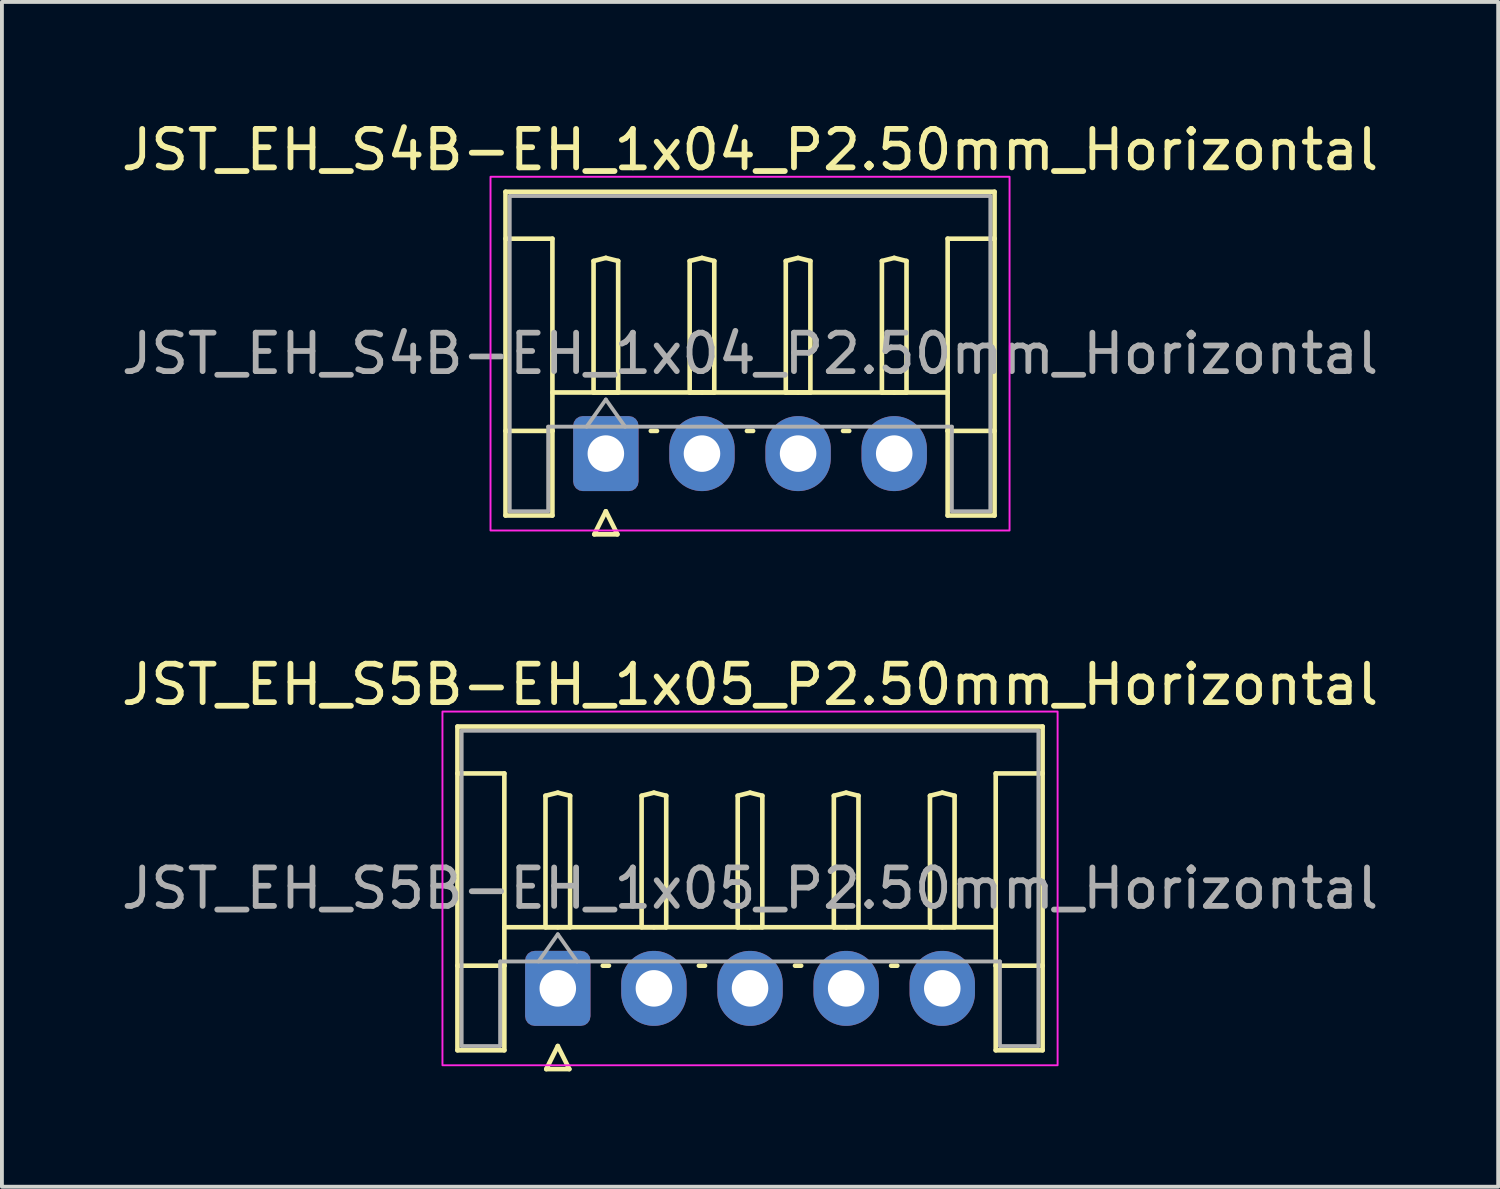
<source format=kicad_pcb>
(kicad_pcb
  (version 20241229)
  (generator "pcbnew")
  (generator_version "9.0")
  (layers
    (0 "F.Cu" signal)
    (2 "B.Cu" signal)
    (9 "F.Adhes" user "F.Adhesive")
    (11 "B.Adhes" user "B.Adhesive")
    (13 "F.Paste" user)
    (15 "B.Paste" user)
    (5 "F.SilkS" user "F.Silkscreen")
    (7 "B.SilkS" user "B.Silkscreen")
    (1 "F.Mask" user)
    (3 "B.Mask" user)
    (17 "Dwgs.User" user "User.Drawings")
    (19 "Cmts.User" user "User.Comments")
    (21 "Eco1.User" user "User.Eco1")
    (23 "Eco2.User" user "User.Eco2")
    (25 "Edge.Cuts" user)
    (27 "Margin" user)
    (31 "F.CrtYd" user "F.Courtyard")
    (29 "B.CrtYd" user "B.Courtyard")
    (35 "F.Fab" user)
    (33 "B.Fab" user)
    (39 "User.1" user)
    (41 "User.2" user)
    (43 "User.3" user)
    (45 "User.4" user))
  (footprint "JST_EH_S5B-EH_1x05_P2.50mm_Horizontal"
    (layer "F.Cu")
    (at 11.458 22.657)
    (property "Reference" "JST_EH_S5B-EH_1x05_P2.50mm_Horizontal" (at 5 -7.9 0) (layer "F.SilkS") (effects (font (size 1 1) (thickness 0.15))))
    (attr through_hole)
    (fp_line (start -2.61 -6.81) (end 12.61 -6.81) (stroke (width 0.12) (type solid)) (layer "F.SilkS"))
    (fp_line (start -2.61 -5.59) (end -1.39 -5.59) (stroke (width 0.12) (type solid)) (layer "F.SilkS"))
    (fp_line (start -2.61 1.61) (end -2.61 -6.81) (stroke (width 0.12) (type solid)) (layer "F.SilkS"))
    (fp_line (start -1.39 -5.59) (end -1.39 -0.59) (stroke (width 0.12) (type solid)) (layer "F.SilkS"))
    (fp_line (start -1.39 -1.59) (end 11.39 -1.59) (stroke (width 0.12) (type solid)) (layer "F.SilkS"))
    (fp_line (start -1.39 -0.59) (end -2.61 -0.59) (stroke (width 0.12) (type solid)) (layer "F.SilkS"))
    (fp_line (start -1.39 -0.59) (end -1.39 1.61) (stroke (width 0.12) (type solid)) (layer "F.SilkS"))
    (fp_line (start -1.39 1.61) (end -2.61 1.61) (stroke (width 0.12) (type solid)) (layer "F.SilkS"))
    (fp_line (start -0.32 -5.01) (end 0 -5.09) (stroke (width 0.12) (type solid)) (layer "F.SilkS"))
    (fp_line (start -0.32 -1.59) (end -0.32 -5.01) (stroke (width 0.12) (type solid)) (layer "F.SilkS"))
    (fp_line (start -0.3 2.1) (end 0.3 2.1) (stroke (width 0.12) (type solid)) (layer "F.SilkS"))
    (fp_line (start 0 -5.09) (end 0.32 -5.01) (stroke (width 0.12) (type solid)) (layer "F.SilkS"))
    (fp_line (start 0 -1.59) (end -0.32 -1.59) (stroke (width 0.12) (type solid)) (layer "F.SilkS"))
    (fp_line (start 0 1.5) (end -0.3 2.1) (stroke (width 0.12) (type solid)) (layer "F.SilkS"))
    (fp_line (start 0.3 2.1) (end 0 1.5) (stroke (width 0.12) (type solid)) (layer "F.SilkS"))
    (fp_line (start 0.32 -5.01) (end 0.32 -1.59) (stroke (width 0.12) (type solid)) (layer "F.SilkS"))
    (fp_line (start 0.32 -1.59) (end 0 -1.59) (stroke (width 0.12) (type solid)) (layer "F.SilkS"))
    (fp_line (start 1.17 -0.59) (end 1.33 -0.59) (stroke (width 0.12) (type solid)) (layer "F.SilkS"))
    (fp_line (start 2.18 -5.01) (end 2.5 -5.09) (stroke (width 0.12) (type solid)) (layer "F.SilkS"))
    (fp_line (start 2.18 -1.59) (end 2.18 -5.01) (stroke (width 0.12) (type solid)) (layer "F.SilkS"))
    (fp_line (start 2.5 -5.09) (end 2.82 -5.01) (stroke (width 0.12) (type solid)) (layer "F.SilkS"))
    (fp_line (start 2.5 -1.59) (end 2.18 -1.59) (stroke (width 0.12) (type solid)) (layer "F.SilkS"))
    (fp_line (start 2.82 -5.01) (end 2.82 -1.59) (stroke (width 0.12) (type solid)) (layer "F.SilkS"))
    (fp_line (start 2.82 -1.59) (end 2.5 -1.59) (stroke (width 0.12) (type solid)) (layer "F.SilkS"))
    (fp_line (start 3.67 -0.59) (end 3.83 -0.59) (stroke (width 0.12) (type solid)) (layer "F.SilkS"))
    (fp_line (start 4.68 -5.01) (end 5 -5.09) (stroke (width 0.12) (type solid)) (layer "F.SilkS"))
    (fp_line (start 4.68 -1.59) (end 4.68 -5.01) (stroke (width 0.12) (type solid)) (layer "F.SilkS"))
    (fp_line (start 5 -5.09) (end 5.32 -5.01) (stroke (width 0.12) (type solid)) (layer "F.SilkS"))
    (fp_line (start 5 -1.59) (end 4.68 -1.59) (stroke (width 0.12) (type solid)) (layer "F.SilkS"))
    (fp_line (start 5.32 -5.01) (end 5.32 -1.59) (stroke (width 0.12) (type solid)) (layer "F.SilkS"))
    (fp_line (start 5.32 -1.59) (end 5 -1.59) (stroke (width 0.12) (type solid)) (layer "F.SilkS"))
    (fp_line (start 6.17 -0.59) (end 6.33 -0.59) (stroke (width 0.12) (type solid)) (layer "F.SilkS"))
    (fp_line (start 7.18 -5.01) (end 7.5 -5.09) (stroke (width 0.12) (type solid)) (layer "F.SilkS"))
    (fp_line (start 7.18 -1.59) (end 7.18 -5.01) (stroke (width 0.12) (type solid)) (layer "F.SilkS"))
    (fp_line (start 7.5 -5.09) (end 7.82 -5.01) (stroke (width 0.12) (type solid)) (layer "F.SilkS"))
    (fp_line (start 7.5 -1.59) (end 7.18 -1.59) (stroke (width 0.12) (type solid)) (layer "F.SilkS"))
    (fp_line (start 7.82 -5.01) (end 7.82 -1.59) (stroke (width 0.12) (type solid)) (layer "F.SilkS"))
    (fp_line (start 7.82 -1.59) (end 7.5 -1.59) (stroke (width 0.12) (type solid)) (layer "F.SilkS"))
    (fp_line (start 8.67 -0.59) (end 8.83 -0.59) (stroke (width 0.12) (type solid)) (layer "F.SilkS"))
    (fp_line (start 9.68 -5.01) (end 10 -5.09) (stroke (width 0.12) (type solid)) (layer "F.SilkS"))
    (fp_line (start 9.68 -1.59) (end 9.68 -5.01) (stroke (width 0.12) (type solid)) (layer "F.SilkS"))
    (fp_line (start 10 -5.09) (end 10.32 -5.01) (stroke (width 0.12) (type solid)) (layer "F.SilkS"))
    (fp_line (start 10 -1.59) (end 9.68 -1.59) (stroke (width 0.12) (type solid)) (layer "F.SilkS"))
    (fp_line (start 10.32 -5.01) (end 10.32 -1.59) (stroke (width 0.12) (type solid)) (layer "F.SilkS"))
    (fp_line (start 10.32 -1.59) (end 10 -1.59) (stroke (width 0.12) (type solid)) (layer "F.SilkS"))
    (fp_line (start 11.39 -5.59) (end 11.39 -0.59) (stroke (width 0.12) (type solid)) (layer "F.SilkS"))
    (fp_line (start 11.39 -0.59) (end 12.61 -0.59) (stroke (width 0.12) (type solid)) (layer "F.SilkS"))
    (fp_line (start 11.39 1.61) (end 11.39 -0.59) (stroke (width 0.12) (type solid)) (layer "F.SilkS"))
    (fp_line (start 12.61 -6.81) (end 12.61 1.61) (stroke (width 0.12) (type solid)) (layer "F.SilkS"))
    (fp_line (start 12.61 -5.59) (end 11.39 -5.59) (stroke (width 0.12) (type solid)) (layer "F.SilkS"))
    (fp_line (start 12.61 1.61) (end 11.39 1.61) (stroke (width 0.12) (type solid)) (layer "F.SilkS"))
    (fp_rect (start -3 -7.2) (end 13 2) (stroke (width 0.05) (type solid)) (fill no) (layer "F.CrtYd"))
    (fp_line (start -2.5 -6.7) (end 12.5 -6.7) (stroke (width 0.1) (type solid)) (layer "F.Fab"))
    (fp_line (start -2.5 1.5) (end -2.5 -6.7) (stroke (width 0.1) (type solid)) (layer "F.Fab"))
    (fp_line (start -1.5 -0.7) (end -1.5 1.5) (stroke (width 0.1) (type solid)) (layer "F.Fab"))
    (fp_line (start -1.5 1.5) (end -2.5 1.5) (stroke (width 0.1) (type solid)) (layer "F.Fab"))
    (fp_line (start -0.5 -0.7) (end 0 -1.407) (stroke (width 0.1) (type solid)) (layer "F.Fab"))
    (fp_line (start 0 -1.407) (end 0.5 -0.7) (stroke (width 0.1) (type solid)) (layer "F.Fab"))
    (fp_line (start 11.5 -0.7) (end -1.5 -0.7) (stroke (width 0.1) (type solid)) (layer "F.Fab"))
    (fp_line (start 11.5 1.5) (end 11.5 -0.7) (stroke (width 0.1) (type solid)) (layer "F.Fab"))
    (fp_line (start 12.5 -6.7) (end 12.5 1.5) (stroke (width 0.1) (type solid)) (layer "F.Fab"))
    (fp_line (start 12.5 1.5) (end 11.5 1.5) (stroke (width 0.1) (type solid)) (layer "F.Fab"))
    (fp_text user "${REFERENCE}" (at 5 -2.6 0) (layer "F.Fab") (effects (font (size 1 1) (thickness 0.15))))
    (pad "1" thru_hole roundrect (at 0 0) (size 1.7 1.95) (drill 0.95) (layers "*.Cu" "*.Mask") (roundrect_rratio 0.147))
    (pad "2" thru_hole oval (at 2.5 0) (size 1.7 1.95) (drill 0.95) (layers "*.Cu" "*.Mask"))
    (pad "3" thru_hole oval (at 5 0) (size 1.7 1.95) (drill 0.95) (layers "*.Cu" "*.Mask"))
    (pad "4" thru_hole oval (at 7.5 0) (size 1.7 1.95) (drill 0.95) (layers "*.Cu" "*.Mask"))
    (pad "5" thru_hole oval (at 10 0) (size 1.7 1.95) (drill 0.95) (layers "*.Cu" "*.Mask")))
  (footprint "JST_EH_S4B-EH_1x04_P2.50mm_Horizontal"
    (layer "F.Cu")
    (at 12.708 8.748)
    (property "Reference" "JST_EH_S4B-EH_1x04_P2.50mm_Horizontal" (at 3.75 -7.9 0) (layer "F.SilkS") (effects (font (size 1 1) (thickness 0.15))))
    (attr through_hole)
    (fp_line (start -2.61 -6.81) (end 10.11 -6.81) (stroke (width 0.12) (type solid)) (layer "F.SilkS"))
    (fp_line (start -2.61 -5.59) (end -1.39 -5.59) (stroke (width 0.12) (type solid)) (layer "F.SilkS"))
    (fp_line (start -2.61 1.61) (end -2.61 -6.81) (stroke (width 0.12) (type solid)) (layer "F.SilkS"))
    (fp_line (start -1.39 -5.59) (end -1.39 -0.59) (stroke (width 0.12) (type solid)) (layer "F.SilkS"))
    (fp_line (start -1.39 -1.59) (end 8.89 -1.59) (stroke (width 0.12) (type solid)) (layer "F.SilkS"))
    (fp_line (start -1.39 -0.59) (end -2.61 -0.59) (stroke (width 0.12) (type solid)) (layer "F.SilkS"))
    (fp_line (start -1.39 -0.59) (end -1.39 1.61) (stroke (width 0.12) (type solid)) (layer "F.SilkS"))
    (fp_line (start -1.39 1.61) (end -2.61 1.61) (stroke (width 0.12) (type solid)) (layer "F.SilkS"))
    (fp_line (start -0.32 -5.01) (end 0 -5.09) (stroke (width 0.12) (type solid)) (layer "F.SilkS"))
    (fp_line (start -0.32 -1.59) (end -0.32 -5.01) (stroke (width 0.12) (type solid)) (layer "F.SilkS"))
    (fp_line (start -0.3 2.1) (end 0.3 2.1) (stroke (width 0.12) (type solid)) (layer "F.SilkS"))
    (fp_line (start 0 -5.09) (end 0.32 -5.01) (stroke (width 0.12) (type solid)) (layer "F.SilkS"))
    (fp_line (start 0 -1.59) (end -0.32 -1.59) (stroke (width 0.12) (type solid)) (layer "F.SilkS"))
    (fp_line (start 0 1.5) (end -0.3 2.1) (stroke (width 0.12) (type solid)) (layer "F.SilkS"))
    (fp_line (start 0.3 2.1) (end 0 1.5) (stroke (width 0.12) (type solid)) (layer "F.SilkS"))
    (fp_line (start 0.32 -5.01) (end 0.32 -1.59) (stroke (width 0.12) (type solid)) (layer "F.SilkS"))
    (fp_line (start 0.32 -1.59) (end 0 -1.59) (stroke (width 0.12) (type solid)) (layer "F.SilkS"))
    (fp_line (start 1.17 -0.59) (end 1.33 -0.59) (stroke (width 0.12) (type solid)) (layer "F.SilkS"))
    (fp_line (start 2.18 -5.01) (end 2.5 -5.09) (stroke (width 0.12) (type solid)) (layer "F.SilkS"))
    (fp_line (start 2.18 -1.59) (end 2.18 -5.01) (stroke (width 0.12) (type solid)) (layer "F.SilkS"))
    (fp_line (start 2.5 -5.09) (end 2.82 -5.01) (stroke (width 0.12) (type solid)) (layer "F.SilkS"))
    (fp_line (start 2.5 -1.59) (end 2.18 -1.59) (stroke (width 0.12) (type solid)) (layer "F.SilkS"))
    (fp_line (start 2.82 -5.01) (end 2.82 -1.59) (stroke (width 0.12) (type solid)) (layer "F.SilkS"))
    (fp_line (start 2.82 -1.59) (end 2.5 -1.59) (stroke (width 0.12) (type solid)) (layer "F.SilkS"))
    (fp_line (start 3.67 -0.59) (end 3.83 -0.59) (stroke (width 0.12) (type solid)) (layer "F.SilkS"))
    (fp_line (start 4.68 -5.01) (end 5 -5.09) (stroke (width 0.12) (type solid)) (layer "F.SilkS"))
    (fp_line (start 4.68 -1.59) (end 4.68 -5.01) (stroke (width 0.12) (type solid)) (layer "F.SilkS"))
    (fp_line (start 5 -5.09) (end 5.32 -5.01) (stroke (width 0.12) (type solid)) (layer "F.SilkS"))
    (fp_line (start 5 -1.59) (end 4.68 -1.59) (stroke (width 0.12) (type solid)) (layer "F.SilkS"))
    (fp_line (start 5.32 -5.01) (end 5.32 -1.59) (stroke (width 0.12) (type solid)) (layer "F.SilkS"))
    (fp_line (start 5.32 -1.59) (end 5 -1.59) (stroke (width 0.12) (type solid)) (layer "F.SilkS"))
    (fp_line (start 6.17 -0.59) (end 6.33 -0.59) (stroke (width 0.12) (type solid)) (layer "F.SilkS"))
    (fp_line (start 7.18 -5.01) (end 7.5 -5.09) (stroke (width 0.12) (type solid)) (layer "F.SilkS"))
    (fp_line (start 7.18 -1.59) (end 7.18 -5.01) (stroke (width 0.12) (type solid)) (layer "F.SilkS"))
    (fp_line (start 7.5 -5.09) (end 7.82 -5.01) (stroke (width 0.12) (type solid)) (layer "F.SilkS"))
    (fp_line (start 7.5 -1.59) (end 7.18 -1.59) (stroke (width 0.12) (type solid)) (layer "F.SilkS"))
    (fp_line (start 7.82 -5.01) (end 7.82 -1.59) (stroke (width 0.12) (type solid)) (layer "F.SilkS"))
    (fp_line (start 7.82 -1.59) (end 7.5 -1.59) (stroke (width 0.12) (type solid)) (layer "F.SilkS"))
    (fp_line (start 8.89 -5.59) (end 8.89 -0.59) (stroke (width 0.12) (type solid)) (layer "F.SilkS"))
    (fp_line (start 8.89 -0.59) (end 10.11 -0.59) (stroke (width 0.12) (type solid)) (layer "F.SilkS"))
    (fp_line (start 8.89 1.61) (end 8.89 -0.59) (stroke (width 0.12) (type solid)) (layer "F.SilkS"))
    (fp_line (start 10.11 -6.81) (end 10.11 1.61) (stroke (width 0.12) (type solid)) (layer "F.SilkS"))
    (fp_line (start 10.11 -5.59) (end 8.89 -5.59) (stroke (width 0.12) (type solid)) (layer "F.SilkS"))
    (fp_line (start 10.11 1.61) (end 8.89 1.61) (stroke (width 0.12) (type solid)) (layer "F.SilkS"))
    (fp_rect (start -3 -7.2) (end 10.5 2) (stroke (width 0.05) (type solid)) (fill no) (layer "F.CrtYd"))
    (fp_line (start -2.5 -6.7) (end 10 -6.7) (stroke (width 0.1) (type solid)) (layer "F.Fab"))
    (fp_line (start -2.5 1.5) (end -2.5 -6.7) (stroke (width 0.1) (type solid)) (layer "F.Fab"))
    (fp_line (start -1.5 -0.7) (end -1.5 1.5) (stroke (width 0.1) (type solid)) (layer "F.Fab"))
    (fp_line (start -1.5 1.5) (end -2.5 1.5) (stroke (width 0.1) (type solid)) (layer "F.Fab"))
    (fp_line (start -0.5 -0.7) (end 0 -1.407) (stroke (width 0.1) (type solid)) (layer "F.Fab"))
    (fp_line (start 0 -1.407) (end 0.5 -0.7) (stroke (width 0.1) (type solid)) (layer "F.Fab"))
    (fp_line (start 9 -0.7) (end -1.5 -0.7) (stroke (width 0.1) (type solid)) (layer "F.Fab"))
    (fp_line (start 9 1.5) (end 9 -0.7) (stroke (width 0.1) (type solid)) (layer "F.Fab"))
    (fp_line (start 10 -6.7) (end 10 1.5) (stroke (width 0.1) (type solid)) (layer "F.Fab"))
    (fp_line (start 10 1.5) (end 9 1.5) (stroke (width 0.1) (type solid)) (layer "F.Fab"))
    (fp_text user "${REFERENCE}" (at 3.75 -2.6 0) (layer "F.Fab") (effects (font (size 1 1) (thickness 0.15))))
    (pad "1" thru_hole roundrect (at 0 0) (size 1.7 1.95) (drill 0.95) (layers "*.Cu" "*.Mask") (roundrect_rratio 0.147))
    (pad "2" thru_hole oval (at 2.5 0) (size 1.7 1.95) (drill 0.95) (layers "*.Cu" "*.Mask"))
    (pad "3" thru_hole oval (at 5 0) (size 1.7 1.95) (drill 0.95) (layers "*.Cu" "*.Mask"))
    (pad "4" thru_hole oval (at 7.5 0) (size 1.7 1.95) (drill 0.95) (layers "*.Cu" "*.Mask")))
  (gr_rect
    (start -3 -3)
    (end 35.917 27.817)
    (stroke (width 0.1) (type default))
    (fill no)
    (layer "Edge.Cuts")))
</source>
